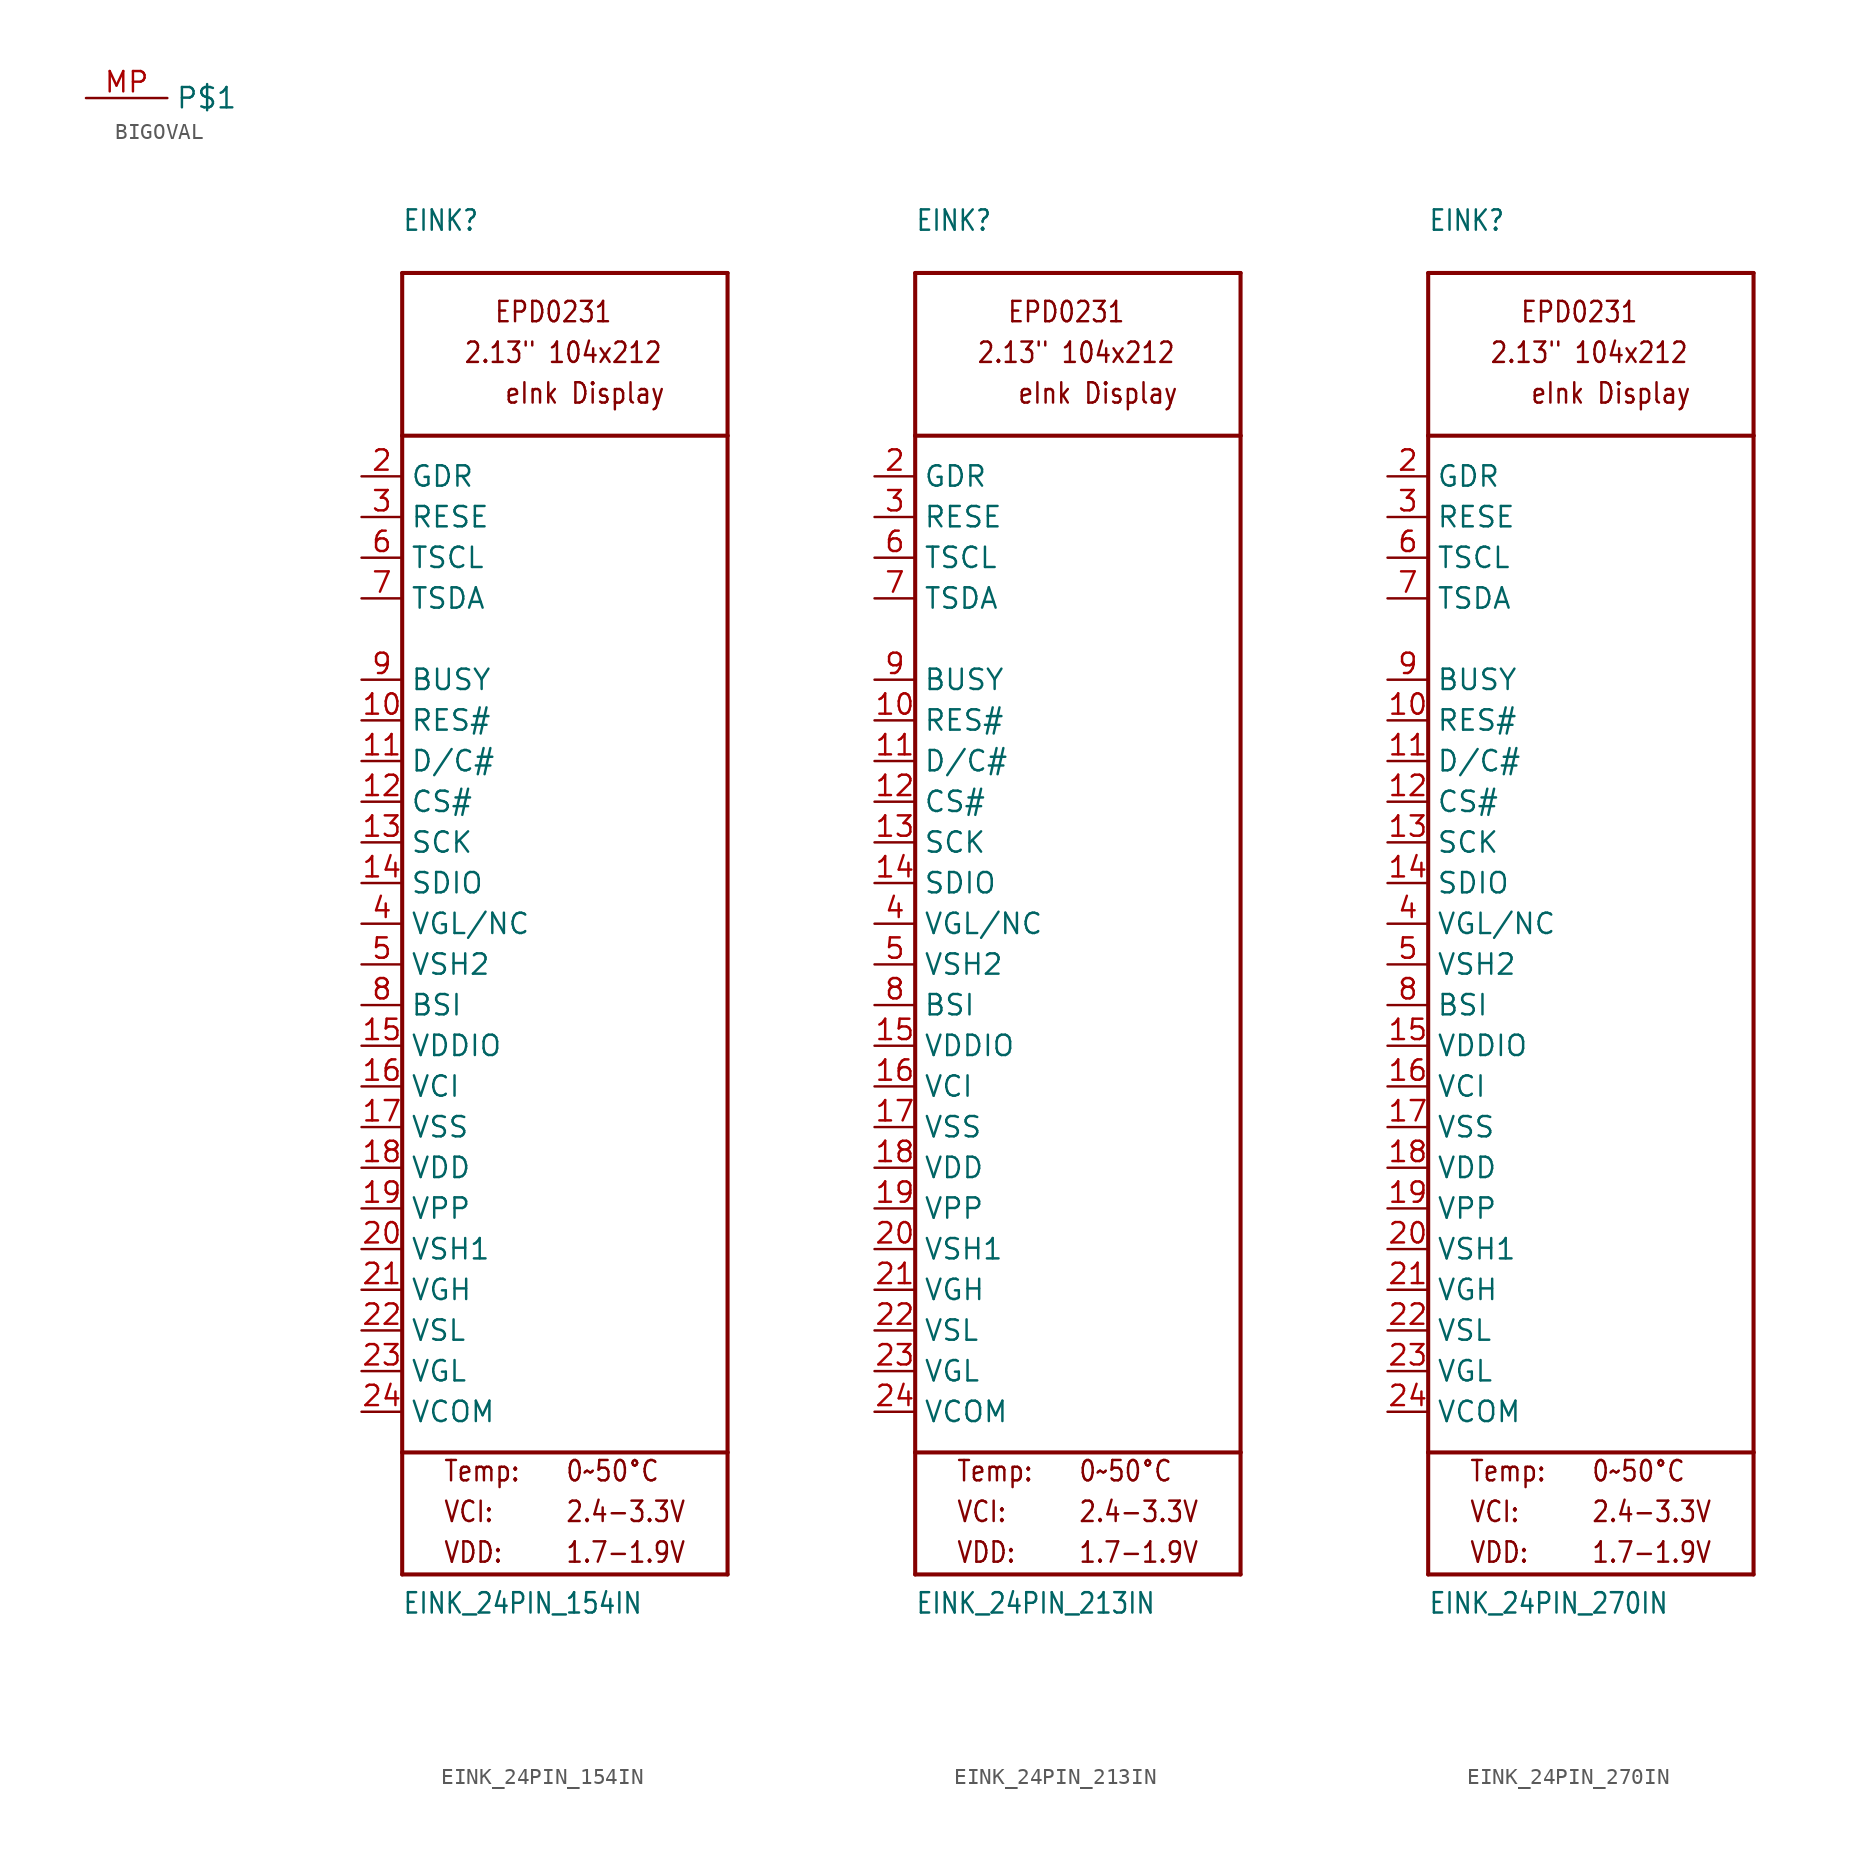
<source format=kicad_sym>
(kicad_symbol_lib
  (version 20211014)
  (generator kicad_symbol_editor)
  (symbol "BIGOVAL"
    (property "Reference" ""
      (at 0 0 0)
      (effects (font (size 1.27 1.27)) hide))
    (property "ki_locked" ""
      (at 0 0 0)
      (effects (font (size 1.27 1.27))))
    (symbol "BIGOVAL_1_0"
      (pin bidirectional line (at -5.08 0 0) (length 5.08) (name "P$1" (effects (font (size 1.27 1.27)))) (number "MP" (effects (font (size 1.27 1.27)))))))
  (symbol "EINK_24PIN_154IN"
    (property "Reference" "EINK"
      (at -10.16 43.18 0)
      (effects (font (size 1.27 1.079)) (justify left bottom)))
    (property "Value" "EINK_24PIN_154IN"
      (at -10.16 -43.18 0)
      (effects (font (size 1.27 1.079)) (justify left bottom)))
    (property "ki_locked" ""
      (at 0 0 0)
      (effects (font (size 1.27 1.27))))
    (symbol "EINK_24PIN_154IN_1_0"
      (polyline (pts (xy -10.16 -40.64) (xy 10.16 -40.64)) (stroke (width 0.254) (type default) (color 0 0 0 0)) (fill (type none)))
      (polyline (pts (xy -10.16 -33.02) (xy -10.16 -40.64)) (stroke (width 0.254) (type default) (color 0 0 0 0)) (fill (type none)))
      (polyline (pts (xy -10.16 -33.02) (xy -10.16 30.48)) (stroke (width 0.254) (type default) (color 0 0 0 0)) (fill (type none)))
      (polyline (pts (xy -10.16 30.48) (xy 10.16 30.48)) (stroke (width 0.254) (type default) (color 0 0 0 0)) (fill (type none)))
      (polyline (pts (xy -10.16 40.64) (xy -10.16 30.48)) (stroke (width 0.254) (type default) (color 0 0 0 0)) (fill (type none)))
      (polyline (pts (xy -10.16 40.64) (xy 10.16 40.64)) (stroke (width 0.254) (type default) (color 0 0 0 0)) (fill (type none)))
      (polyline (pts (xy 10.16 -40.64) (xy 10.16 -33.02)) (stroke (width 0.254) (type default) (color 0 0 0 0)) (fill (type none)))
      (polyline (pts (xy 10.16 -33.02) (xy -10.16 -33.02)) (stroke (width 0.254) (type default) (color 0 0 0 0)) (fill (type none)))
      (polyline (pts (xy 10.16 30.48) (xy 10.16 -33.02)) (stroke (width 0.254) (type default) (color 0 0 0 0)) (fill (type none)))
      (polyline (pts (xy 10.16 40.64) (xy 10.16 30.48)) (stroke (width 0.254) (type default) (color 0 0 0 0)) (fill (type none)))
      (text "0~50°C" (at 0 -34.925 0) (effects (font (size 1.27 1.079)) (justify left bottom)))
      (text "1.7-1.9V" (at 0 -40.005 0) (effects (font (size 1.27 1.079)) (justify left bottom)))
      (text "2.13\" 104x212" (at -6.35 34.925 0) (effects (font (size 1.27 1.079)) (justify left bottom)))
      (text "2.4-3.3V" (at 0 -37.465 0) (effects (font (size 1.27 1.079)) (justify left bottom)))
      (text "eInk Display" (at -3.81 32.385 0) (effects (font (size 1.27 1.079)) (justify left bottom)))
      (text "EPD0231" (at -4.445 37.465 0) (effects (font (size 1.27 1.079)) (justify left bottom)))
      (text "Temp:" (at -7.62 -34.925 0) (effects (font (size 1.27 1.079)) (justify left bottom)))
      (text "VCI:" (at -7.62 -37.465 0) (effects (font (size 1.27 1.079)) (justify left bottom)))
      (text "VDD:" (at -7.62 -40.005 0) (effects (font (size 1.27 1.079)) (justify left bottom)))
      (pin input line (at -12.7 12.7 0) (length 2.54) (name "RES#" (effects (font (size 1.27 1.27)))) (number "10" (effects (font (size 1.27 1.27)))))
      (pin input line (at -12.7 10.16 0) (length 2.54) (name "D/C#" (effects (font (size 1.27 1.27)))) (number "11" (effects (font (size 1.27 1.27)))))
      (pin input line (at -12.7 7.62 0) (length 2.54) (name "CS#" (effects (font (size 1.27 1.27)))) (number "12" (effects (font (size 1.27 1.27)))))
      (pin bidirectional line (at -12.7 5.08 0) (length 2.54) (name "SCK" (effects (font (size 1.27 1.27)))) (number "13" (effects (font (size 1.27 1.27)))))
      (pin bidirectional line (at -12.7 2.54 0) (length 2.54) (name "SDIO" (effects (font (size 1.27 1.27)))) (number "14" (effects (font (size 1.27 1.27)))))
      (pin power_in line (at -12.7 -7.62 0) (length 2.54) (name "VDDIO" (effects (font (size 1.27 1.27)))) (number "15" (effects (font (size 1.27 1.27)))))
      (pin power_in line (at -12.7 -10.16 0) (length 2.54) (name "VCI" (effects (font (size 1.27 1.27)))) (number "16" (effects (font (size 1.27 1.27)))))
      (pin power_in line (at -12.7 -12.7 0) (length 2.54) (name "VSS" (effects (font (size 1.27 1.27)))) (number "17" (effects (font (size 1.27 1.27)))))
      (pin passive line (at -12.7 -15.24 0) (length 2.54) (name "VDD" (effects (font (size 1.27 1.27)))) (number "18" (effects (font (size 1.27 1.27)))))
      (pin passive line (at -12.7 -17.78 0) (length 2.54) (name "VPP" (effects (font (size 1.27 1.27)))) (number "19" (effects (font (size 1.27 1.27)))))
      (pin output line (at -12.7 27.94 0) (length 2.54) (name "GDR" (effects (font (size 1.27 1.27)))) (number "2" (effects (font (size 1.27 1.27)))))
      (pin passive line (at -12.7 -20.32 0) (length 2.54) (name "VSH1" (effects (font (size 1.27 1.27)))) (number "20" (effects (font (size 1.27 1.27)))))
      (pin passive line (at -12.7 -22.86 0) (length 2.54) (name "VGH" (effects (font (size 1.27 1.27)))) (number "21" (effects (font (size 1.27 1.27)))))
      (pin passive line (at -12.7 -25.4 0) (length 2.54) (name "VSL" (effects (font (size 1.27 1.27)))) (number "22" (effects (font (size 1.27 1.27)))))
      (pin passive line (at -12.7 -27.94 0) (length 2.54) (name "VGL" (effects (font (size 1.27 1.27)))) (number "23" (effects (font (size 1.27 1.27)))))
      (pin passive line (at -12.7 -30.48 0) (length 2.54) (name "VCOM" (effects (font (size 1.27 1.27)))) (number "24" (effects (font (size 1.27 1.27)))))
      (pin input line (at -12.7 25.4 0) (length 2.54) (name "RESE" (effects (font (size 1.27 1.27)))) (number "3" (effects (font (size 1.27 1.27)))))
      (pin bidirectional line (at -12.7 0 0) (length 2.54) (name "VGL/NC" (effects (font (size 1.27 1.27)))) (number "4" (effects (font (size 1.27 1.27)))))
      (pin passive line (at -12.7 -2.54 0) (length 2.54) (name "VSH2" (effects (font (size 1.27 1.27)))) (number "5" (effects (font (size 1.27 1.27)))))
      (pin output line (at -12.7 22.86 0) (length 2.54) (name "TSCL" (effects (font (size 1.27 1.27)))) (number "6" (effects (font (size 1.27 1.27)))))
      (pin bidirectional line (at -12.7 20.32 0) (length 2.54) (name "TSDA" (effects (font (size 1.27 1.27)))) (number "7" (effects (font (size 1.27 1.27)))))
      (pin input line (at -12.7 -5.08 0) (length 2.54) (name "BSI" (effects (font (size 1.27 1.27)))) (number "8" (effects (font (size 1.27 1.27)))))
      (pin output line (at -12.7 15.24 0) (length 2.54) (name "BUSY" (effects (font (size 1.27 1.27)))) (number "9" (effects (font (size 1.27 1.27)))))))
  (symbol "EINK_24PIN_213IN"
    (property "Reference" "EINK"
      (at -10.16 43.18 0)
      (effects (font (size 1.27 1.079)) (justify left bottom)))
    (property "Value" "EINK_24PIN_213IN"
      (at -10.16 -43.18 0)
      (effects (font (size 1.27 1.079)) (justify left bottom)))
    (property "ki_locked" ""
      (at 0 0 0)
      (effects (font (size 1.27 1.27))))
    (symbol "EINK_24PIN_213IN_1_0"
      (polyline (pts (xy -10.16 -40.64) (xy 10.16 -40.64)) (stroke (width 0.254) (type default) (color 0 0 0 0)) (fill (type none)))
      (polyline (pts (xy -10.16 -33.02) (xy -10.16 -40.64)) (stroke (width 0.254) (type default) (color 0 0 0 0)) (fill (type none)))
      (polyline (pts (xy -10.16 -33.02) (xy -10.16 30.48)) (stroke (width 0.254) (type default) (color 0 0 0 0)) (fill (type none)))
      (polyline (pts (xy -10.16 30.48) (xy 10.16 30.48)) (stroke (width 0.254) (type default) (color 0 0 0 0)) (fill (type none)))
      (polyline (pts (xy -10.16 40.64) (xy -10.16 30.48)) (stroke (width 0.254) (type default) (color 0 0 0 0)) (fill (type none)))
      (polyline (pts (xy -10.16 40.64) (xy 10.16 40.64)) (stroke (width 0.254) (type default) (color 0 0 0 0)) (fill (type none)))
      (polyline (pts (xy 10.16 -40.64) (xy 10.16 -33.02)) (stroke (width 0.254) (type default) (color 0 0 0 0)) (fill (type none)))
      (polyline (pts (xy 10.16 -33.02) (xy -10.16 -33.02)) (stroke (width 0.254) (type default) (color 0 0 0 0)) (fill (type none)))
      (polyline (pts (xy 10.16 30.48) (xy 10.16 -33.02)) (stroke (width 0.254) (type default) (color 0 0 0 0)) (fill (type none)))
      (polyline (pts (xy 10.16 40.64) (xy 10.16 30.48)) (stroke (width 0.254) (type default) (color 0 0 0 0)) (fill (type none)))
      (text "0~50°C" (at 0 -34.925 0) (effects (font (size 1.27 1.079)) (justify left bottom)))
      (text "1.7-1.9V" (at 0 -40.005 0) (effects (font (size 1.27 1.079)) (justify left bottom)))
      (text "2.13\" 104x212" (at -6.35 34.925 0) (effects (font (size 1.27 1.079)) (justify left bottom)))
      (text "2.4-3.3V" (at 0 -37.465 0) (effects (font (size 1.27 1.079)) (justify left bottom)))
      (text "eInk Display" (at -3.81 32.385 0) (effects (font (size 1.27 1.079)) (justify left bottom)))
      (text "EPD0231" (at -4.445 37.465 0) (effects (font (size 1.27 1.079)) (justify left bottom)))
      (text "Temp:" (at -7.62 -34.925 0) (effects (font (size 1.27 1.079)) (justify left bottom)))
      (text "VCI:" (at -7.62 -37.465 0) (effects (font (size 1.27 1.079)) (justify left bottom)))
      (text "VDD:" (at -7.62 -40.005 0) (effects (font (size 1.27 1.079)) (justify left bottom)))
      (pin input line (at -12.7 12.7 0) (length 2.54) (name "RES#" (effects (font (size 1.27 1.27)))) (number "10" (effects (font (size 1.27 1.27)))))
      (pin input line (at -12.7 10.16 0) (length 2.54) (name "D/C#" (effects (font (size 1.27 1.27)))) (number "11" (effects (font (size 1.27 1.27)))))
      (pin input line (at -12.7 7.62 0) (length 2.54) (name "CS#" (effects (font (size 1.27 1.27)))) (number "12" (effects (font (size 1.27 1.27)))))
      (pin bidirectional line (at -12.7 5.08 0) (length 2.54) (name "SCK" (effects (font (size 1.27 1.27)))) (number "13" (effects (font (size 1.27 1.27)))))
      (pin bidirectional line (at -12.7 2.54 0) (length 2.54) (name "SDIO" (effects (font (size 1.27 1.27)))) (number "14" (effects (font (size 1.27 1.27)))))
      (pin power_in line (at -12.7 -7.62 0) (length 2.54) (name "VDDIO" (effects (font (size 1.27 1.27)))) (number "15" (effects (font (size 1.27 1.27)))))
      (pin power_in line (at -12.7 -10.16 0) (length 2.54) (name "VCI" (effects (font (size 1.27 1.27)))) (number "16" (effects (font (size 1.27 1.27)))))
      (pin power_in line (at -12.7 -12.7 0) (length 2.54) (name "VSS" (effects (font (size 1.27 1.27)))) (number "17" (effects (font (size 1.27 1.27)))))
      (pin passive line (at -12.7 -15.24 0) (length 2.54) (name "VDD" (effects (font (size 1.27 1.27)))) (number "18" (effects (font (size 1.27 1.27)))))
      (pin passive line (at -12.7 -17.78 0) (length 2.54) (name "VPP" (effects (font (size 1.27 1.27)))) (number "19" (effects (font (size 1.27 1.27)))))
      (pin output line (at -12.7 27.94 0) (length 2.54) (name "GDR" (effects (font (size 1.27 1.27)))) (number "2" (effects (font (size 1.27 1.27)))))
      (pin passive line (at -12.7 -20.32 0) (length 2.54) (name "VSH1" (effects (font (size 1.27 1.27)))) (number "20" (effects (font (size 1.27 1.27)))))
      (pin passive line (at -12.7 -22.86 0) (length 2.54) (name "VGH" (effects (font (size 1.27 1.27)))) (number "21" (effects (font (size 1.27 1.27)))))
      (pin passive line (at -12.7 -25.4 0) (length 2.54) (name "VSL" (effects (font (size 1.27 1.27)))) (number "22" (effects (font (size 1.27 1.27)))))
      (pin passive line (at -12.7 -27.94 0) (length 2.54) (name "VGL" (effects (font (size 1.27 1.27)))) (number "23" (effects (font (size 1.27 1.27)))))
      (pin passive line (at -12.7 -30.48 0) (length 2.54) (name "VCOM" (effects (font (size 1.27 1.27)))) (number "24" (effects (font (size 1.27 1.27)))))
      (pin input line (at -12.7 25.4 0) (length 2.54) (name "RESE" (effects (font (size 1.27 1.27)))) (number "3" (effects (font (size 1.27 1.27)))))
      (pin bidirectional line (at -12.7 0 0) (length 2.54) (name "VGL/NC" (effects (font (size 1.27 1.27)))) (number "4" (effects (font (size 1.27 1.27)))))
      (pin passive line (at -12.7 -2.54 0) (length 2.54) (name "VSH2" (effects (font (size 1.27 1.27)))) (number "5" (effects (font (size 1.27 1.27)))))
      (pin output line (at -12.7 22.86 0) (length 2.54) (name "TSCL" (effects (font (size 1.27 1.27)))) (number "6" (effects (font (size 1.27 1.27)))))
      (pin bidirectional line (at -12.7 20.32 0) (length 2.54) (name "TSDA" (effects (font (size 1.27 1.27)))) (number "7" (effects (font (size 1.27 1.27)))))
      (pin input line (at -12.7 -5.08 0) (length 2.54) (name "BSI" (effects (font (size 1.27 1.27)))) (number "8" (effects (font (size 1.27 1.27)))))
      (pin output line (at -12.7 15.24 0) (length 2.54) (name "BUSY" (effects (font (size 1.27 1.27)))) (number "9" (effects (font (size 1.27 1.27)))))))
  (symbol "EINK_24PIN_270IN"
    (property "Reference" "EINK"
      (at -10.16 43.18 0)
      (effects (font (size 1.27 1.079)) (justify left bottom)))
    (property "Value" "EINK_24PIN_270IN"
      (at -10.16 -43.18 0)
      (effects (font (size 1.27 1.079)) (justify left bottom)))
    (property "ki_locked" ""
      (at 0 0 0)
      (effects (font (size 1.27 1.27))))
    (symbol "EINK_24PIN_270IN_1_0"
      (polyline (pts (xy -10.16 -40.64) (xy 10.16 -40.64)) (stroke (width 0.254) (type default) (color 0 0 0 0)) (fill (type none)))
      (polyline (pts (xy -10.16 -33.02) (xy -10.16 -40.64)) (stroke (width 0.254) (type default) (color 0 0 0 0)) (fill (type none)))
      (polyline (pts (xy -10.16 -33.02) (xy -10.16 30.48)) (stroke (width 0.254) (type default) (color 0 0 0 0)) (fill (type none)))
      (polyline (pts (xy -10.16 30.48) (xy 10.16 30.48)) (stroke (width 0.254) (type default) (color 0 0 0 0)) (fill (type none)))
      (polyline (pts (xy -10.16 40.64) (xy -10.16 30.48)) (stroke (width 0.254) (type default) (color 0 0 0 0)) (fill (type none)))
      (polyline (pts (xy -10.16 40.64) (xy 10.16 40.64)) (stroke (width 0.254) (type default) (color 0 0 0 0)) (fill (type none)))
      (polyline (pts (xy 10.16 -40.64) (xy 10.16 -33.02)) (stroke (width 0.254) (type default) (color 0 0 0 0)) (fill (type none)))
      (polyline (pts (xy 10.16 -33.02) (xy -10.16 -33.02)) (stroke (width 0.254) (type default) (color 0 0 0 0)) (fill (type none)))
      (polyline (pts (xy 10.16 30.48) (xy 10.16 -33.02)) (stroke (width 0.254) (type default) (color 0 0 0 0)) (fill (type none)))
      (polyline (pts (xy 10.16 40.64) (xy 10.16 30.48)) (stroke (width 0.254) (type default) (color 0 0 0 0)) (fill (type none)))
      (text "0~50°C" (at 0 -34.925 0) (effects (font (size 1.27 1.079)) (justify left bottom)))
      (text "1.7-1.9V" (at 0 -40.005 0) (effects (font (size 1.27 1.079)) (justify left bottom)))
      (text "2.13\" 104x212" (at -6.35 34.925 0) (effects (font (size 1.27 1.079)) (justify left bottom)))
      (text "2.4-3.3V" (at 0 -37.465 0) (effects (font (size 1.27 1.079)) (justify left bottom)))
      (text "eInk Display" (at -3.81 32.385 0) (effects (font (size 1.27 1.079)) (justify left bottom)))
      (text "EPD0231" (at -4.445 37.465 0) (effects (font (size 1.27 1.079)) (justify left bottom)))
      (text "Temp:" (at -7.62 -34.925 0) (effects (font (size 1.27 1.079)) (justify left bottom)))
      (text "VCI:" (at -7.62 -37.465 0) (effects (font (size 1.27 1.079)) (justify left bottom)))
      (text "VDD:" (at -7.62 -40.005 0) (effects (font (size 1.27 1.079)) (justify left bottom)))
      (pin input line (at -12.7 12.7 0) (length 2.54) (name "RES#" (effects (font (size 1.27 1.27)))) (number "10" (effects (font (size 1.27 1.27)))))
      (pin input line (at -12.7 10.16 0) (length 2.54) (name "D/C#" (effects (font (size 1.27 1.27)))) (number "11" (effects (font (size 1.27 1.27)))))
      (pin input line (at -12.7 7.62 0) (length 2.54) (name "CS#" (effects (font (size 1.27 1.27)))) (number "12" (effects (font (size 1.27 1.27)))))
      (pin bidirectional line (at -12.7 5.08 0) (length 2.54) (name "SCK" (effects (font (size 1.27 1.27)))) (number "13" (effects (font (size 1.27 1.27)))))
      (pin bidirectional line (at -12.7 2.54 0) (length 2.54) (name "SDIO" (effects (font (size 1.27 1.27)))) (number "14" (effects (font (size 1.27 1.27)))))
      (pin power_in line (at -12.7 -7.62 0) (length 2.54) (name "VDDIO" (effects (font (size 1.27 1.27)))) (number "15" (effects (font (size 1.27 1.27)))))
      (pin power_in line (at -12.7 -10.16 0) (length 2.54) (name "VCI" (effects (font (size 1.27 1.27)))) (number "16" (effects (font (size 1.27 1.27)))))
      (pin power_in line (at -12.7 -12.7 0) (length 2.54) (name "VSS" (effects (font (size 1.27 1.27)))) (number "17" (effects (font (size 1.27 1.27)))))
      (pin passive line (at -12.7 -15.24 0) (length 2.54) (name "VDD" (effects (font (size 1.27 1.27)))) (number "18" (effects (font (size 1.27 1.27)))))
      (pin passive line (at -12.7 -17.78 0) (length 2.54) (name "VPP" (effects (font (size 1.27 1.27)))) (number "19" (effects (font (size 1.27 1.27)))))
      (pin output line (at -12.7 27.94 0) (length 2.54) (name "GDR" (effects (font (size 1.27 1.27)))) (number "2" (effects (font (size 1.27 1.27)))))
      (pin passive line (at -12.7 -20.32 0) (length 2.54) (name "VSH1" (effects (font (size 1.27 1.27)))) (number "20" (effects (font (size 1.27 1.27)))))
      (pin passive line (at -12.7 -22.86 0) (length 2.54) (name "VGH" (effects (font (size 1.27 1.27)))) (number "21" (effects (font (size 1.27 1.27)))))
      (pin passive line (at -12.7 -25.4 0) (length 2.54) (name "VSL" (effects (font (size 1.27 1.27)))) (number "22" (effects (font (size 1.27 1.27)))))
      (pin passive line (at -12.7 -27.94 0) (length 2.54) (name "VGL" (effects (font (size 1.27 1.27)))) (number "23" (effects (font (size 1.27 1.27)))))
      (pin passive line (at -12.7 -30.48 0) (length 2.54) (name "VCOM" (effects (font (size 1.27 1.27)))) (number "24" (effects (font (size 1.27 1.27)))))
      (pin input line (at -12.7 25.4 0) (length 2.54) (name "RESE" (effects (font (size 1.27 1.27)))) (number "3" (effects (font (size 1.27 1.27)))))
      (pin bidirectional line (at -12.7 0 0) (length 2.54) (name "VGL/NC" (effects (font (size 1.27 1.27)))) (number "4" (effects (font (size 1.27 1.27)))))
      (pin passive line (at -12.7 -2.54 0) (length 2.54) (name "VSH2" (effects (font (size 1.27 1.27)))) (number "5" (effects (font (size 1.27 1.27)))))
      (pin output line (at -12.7 22.86 0) (length 2.54) (name "TSCL" (effects (font (size 1.27 1.27)))) (number "6" (effects (font (size 1.27 1.27)))))
      (pin bidirectional line (at -12.7 20.32 0) (length 2.54) (name "TSDA" (effects (font (size 1.27 1.27)))) (number "7" (effects (font (size 1.27 1.27)))))
      (pin input line (at -12.7 -5.08 0) (length 2.54) (name "BSI" (effects (font (size 1.27 1.27)))) (number "8" (effects (font (size 1.27 1.27)))))
      (pin output line (at -12.7 15.24 0) (length 2.54) (name "BUSY" (effects (font (size 1.27 1.27)))) (number "9" (effects (font (size 1.27 1.27))))))))
</source>
